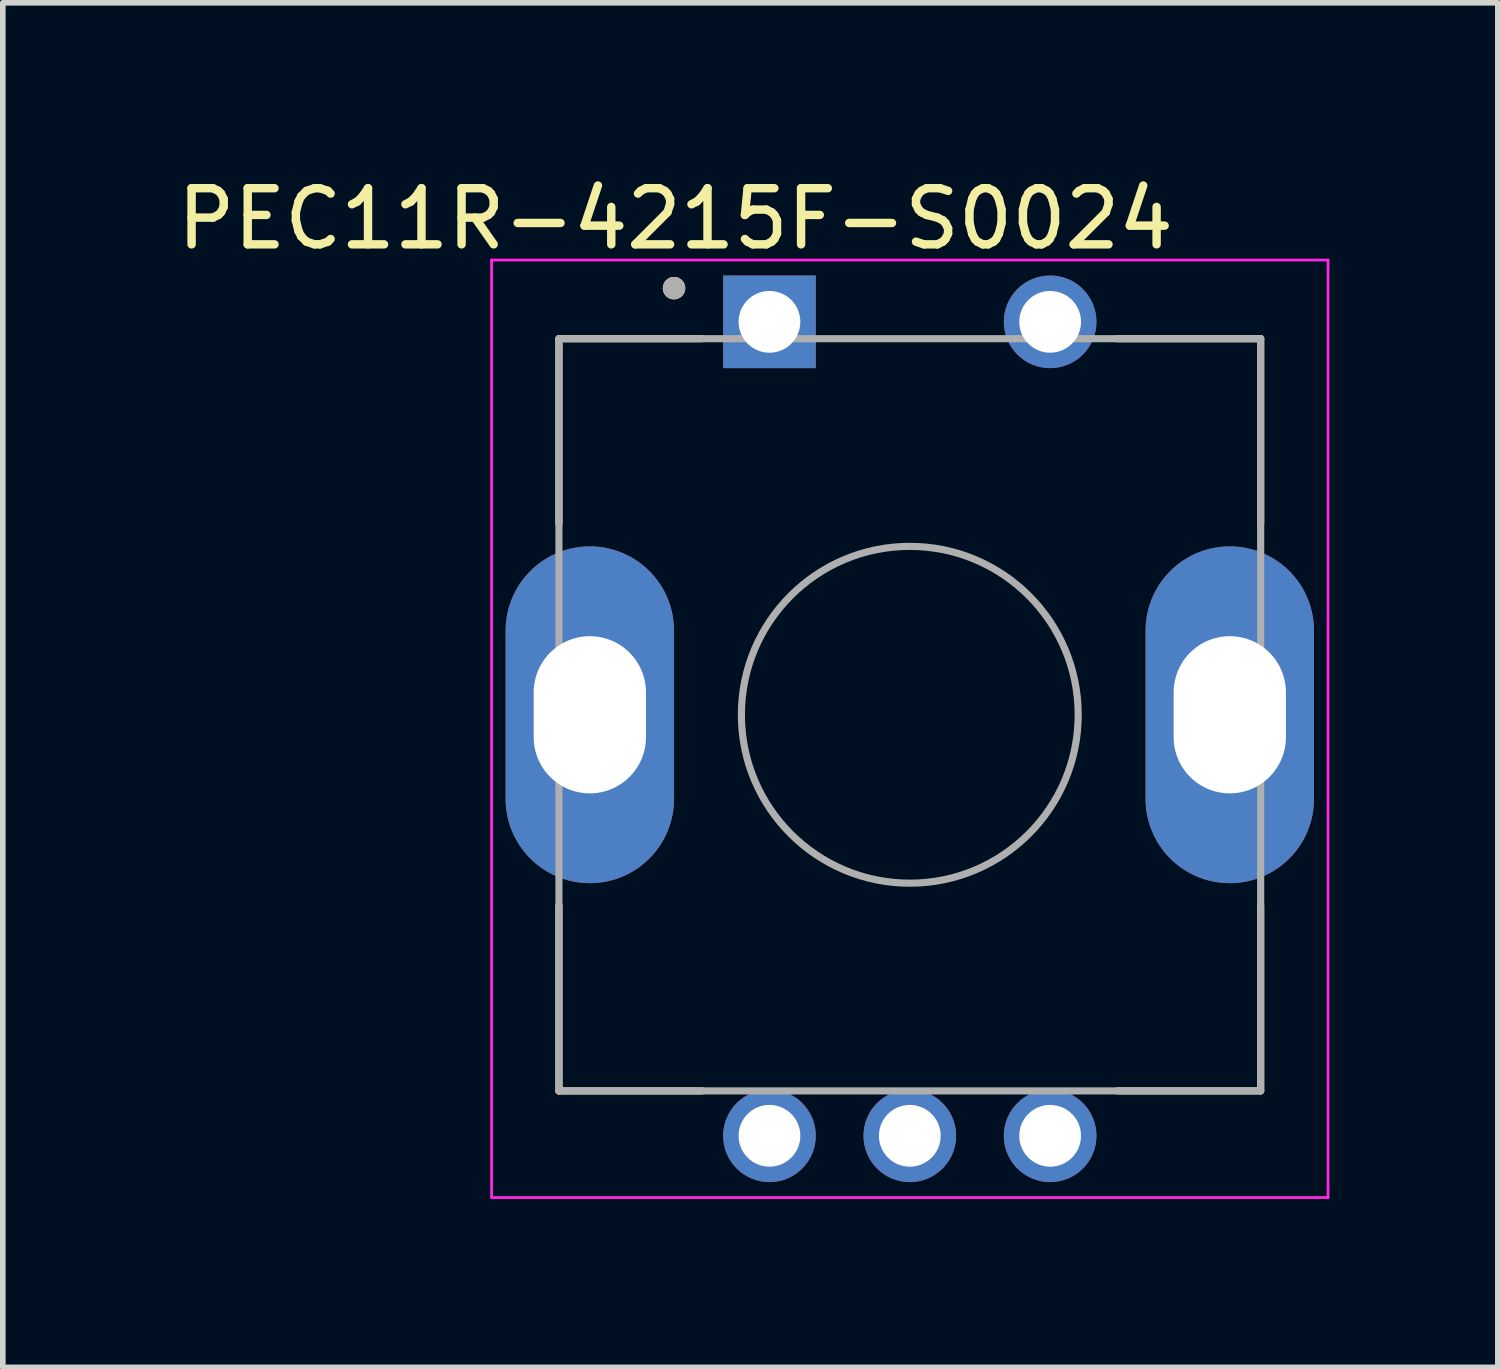
<source format=kicad_pcb>
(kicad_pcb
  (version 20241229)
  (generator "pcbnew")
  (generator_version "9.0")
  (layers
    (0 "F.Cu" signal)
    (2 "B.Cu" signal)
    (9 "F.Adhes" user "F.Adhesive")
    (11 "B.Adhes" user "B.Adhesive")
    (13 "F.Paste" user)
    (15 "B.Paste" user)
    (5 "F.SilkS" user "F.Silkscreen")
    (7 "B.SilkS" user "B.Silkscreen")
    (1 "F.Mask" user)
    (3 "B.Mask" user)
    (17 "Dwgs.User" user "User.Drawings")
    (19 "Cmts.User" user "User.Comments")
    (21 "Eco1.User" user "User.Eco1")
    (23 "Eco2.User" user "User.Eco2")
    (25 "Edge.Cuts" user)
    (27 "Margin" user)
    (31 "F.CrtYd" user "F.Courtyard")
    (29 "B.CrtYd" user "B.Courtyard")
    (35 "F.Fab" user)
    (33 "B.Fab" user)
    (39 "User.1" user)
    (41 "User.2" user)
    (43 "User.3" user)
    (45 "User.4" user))
  (footprint "PEC11R-4215F-S0024"
    (layer "F.Cu")
    (at 13.157 9.683)
    (property "Reference" "PEC11R-4215F-S0024" (at -4.175 -8.835 0) (layer "F.SilkS") (effects (font (size 1 1) (thickness 0.15))))
    (attr through_hole)
    (fp_line (start -6.25 -6.7) (end -3.7 -6.7) (stroke (width 0.127) (type solid)) (layer "F.SilkS"))
    (fp_line (start -6.25 -3.4) (end -6.25 -6.7) (stroke (width 0.127) (type solid)) (layer "F.SilkS"))
    (fp_line (start -6.25 3.4) (end -6.25 6.7) (stroke (width 0.127) (type solid)) (layer "F.SilkS"))
    (fp_line (start -6.25 6.7) (end -3.7 6.7) (stroke (width 0.127) (type solid)) (layer "F.SilkS"))
    (fp_line (start 3.7 -6.7) (end 6.25 -6.7) (stroke (width 0.127) (type solid)) (layer "F.SilkS"))
    (fp_line (start 3.7 6.7) (end 6.25 6.7) (stroke (width 0.127) (type solid)) (layer "F.SilkS"))
    (fp_line (start 6.25 -6.7) (end 6.25 -3.4) (stroke (width 0.127) (type solid)) (layer "F.SilkS"))
    (fp_line (start 6.25 6.7) (end 6.25 3.4) (stroke (width 0.127) (type solid)) (layer "F.SilkS"))
    (fp_circle (center -4.2 -7.6) (end -4.1 -7.6) (stroke (width 0.2) (type solid)) (fill no) (layer "F.SilkS"))
    (fp_line (start -7.45 -8.1) (end -7.45 8.6) (stroke (width 0.05) (type solid)) (layer "F.CrtYd"))
    (fp_line (start -7.45 8.6) (end 7.45 8.6) (stroke (width 0.05) (type solid)) (layer "F.CrtYd"))
    (fp_line (start 7.45 -8.1) (end -7.45 -8.1) (stroke (width 0.05) (type solid)) (layer "F.CrtYd"))
    (fp_line (start 7.45 8.6) (end 7.45 -8.1) (stroke (width 0.05) (type solid)) (layer "F.CrtYd"))
    (fp_line (start -6.25 -6.7) (end 6.25 -6.7) (stroke (width 0.127) (type solid)) (layer "F.Fab"))
    (fp_line (start -6.25 6.7) (end -6.25 -6.7) (stroke (width 0.127) (type solid)) (layer "F.Fab"))
    (fp_line (start 6.25 -6.7) (end 6.25 6.7) (stroke (width 0.127) (type solid)) (layer "F.Fab"))
    (fp_line (start 6.25 6.7) (end -6.25 6.7) (stroke (width 0.127) (type solid)) (layer "F.Fab"))
    (fp_circle (center -4.2 -7.6) (end -4.1 -7.6) (stroke (width 0.2) (type solid)) (fill no) (layer "F.Fab"))
    (fp_circle (center 0 0) (end 3 0) (stroke (width 0.127) (type solid)) (fill no) (layer "F.Fab"))
    (pad "1" thru_hole rect (at -2.5 -7) (size 1.65 1.65) (drill 1.1) (layers "*.Cu" "*.Mask"))
    (pad "2" thru_hole circle (at 2.5 -7) (size 1.65 1.65) (drill 1.1) (layers "*.Cu" "*.Mask"))
    (pad "A" thru_hole circle (at -2.5 7.5) (size 1.65 1.65) (drill 1.1) (layers "*.Cu" "*.Mask"))
    (pad "B" thru_hole circle (at 2.5 7.5) (size 1.65 1.65) (drill 1.1) (layers "*.Cu" "*.Mask"))
    (pad "COM" thru_hole circle (at 0 7.5) (size 1.65 1.65) (drill 1.1) (layers "*.Cu" "*.Mask"))
    (pad "S1" thru_hole oval (at -5.7 0) (size 3 6) (drill oval 2 2.8) (layers "*.Cu" "*.Mask"))
    (pad "S2" thru_hole oval (at 5.7 0) (size 3 6) (drill oval 2 2.8) (layers "*.Cu" "*.Mask")))
  (gr_rect
    (start -3 -3)
    (end 23.632 21.308)
    (stroke (width 0.1) (type default))
    (fill no)
    (layer "Edge.Cuts")))
</source>
